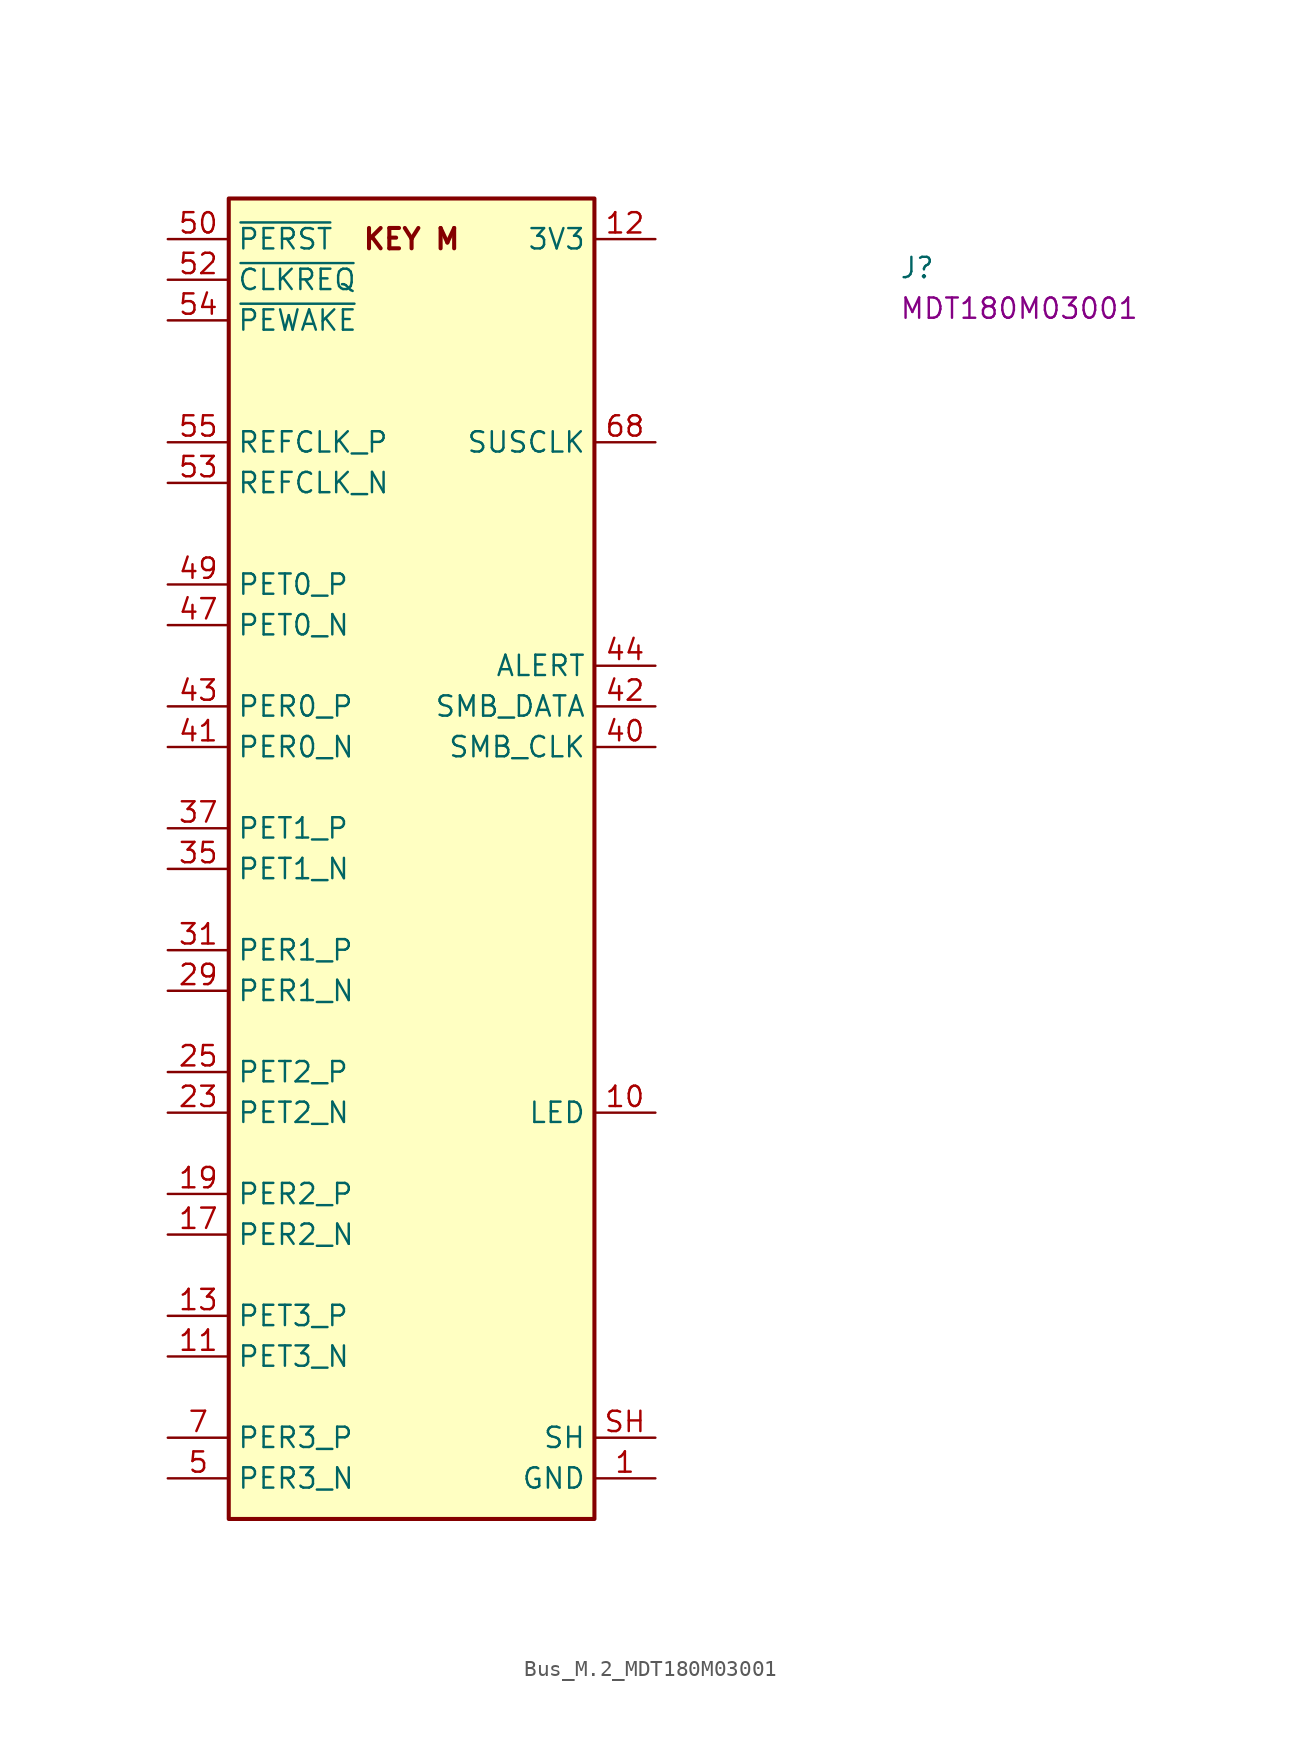
<source format=kicad_sym>
(kicad_symbol_lib
  (version 20220914)
  (generator kicad_symbol_editor)
  (symbol "Bus_M.2_MDT180M03001"
    (property "Reference" "J"
      (at 45.72 -2.54 0)
      (effects (font (size 1.27 1.27) (thickness 0.15)) (justify left bottom)))
    (property "MPN" "MDT180M03001"
      (at 45.72 -5.08 0)
      (effects (font (size 1.27 1.27) (thickness 0.15)) (justify left bottom)))
    (symbol "Bus_M.2_MDT180M03001_0_0"
      (text "KEY M" (at 15.24 0 0) (effects (font (size 1.27 1.27) bold))))
    (symbol "Bus_M.2_MDT180M03001_1_1"
      (rectangle (start 3.81 2.54) (end 26.67 -80.01) (stroke (width 0.254) (type default)) (fill (type background)))
      (pin power_in line (at 30.48 -77.47 180) (length 3.81) (name "GND" (effects (font (size 1.27 1.27)))) (number "1" (effects (font (size 1.27 1.27)))))
      (pin passive line (at 30.48 -54.61 180) (length 3.81) (name "LED" (effects (font (size 1.27 1.27)))) (number "10" (effects (font (size 1.27 1.27)))))
      (pin input line (at 0 -69.85 0) (length 3.81) (name "PET3_N" (effects (font (size 1.27 1.27)))) (number "11" (effects (font (size 1.27 1.27)))))
      (pin passive line (at 30.48 0 180) (length 3.81) (name "3V3" (effects (font (size 1.27 1.27)))) (number "12" (effects (font (size 1.27 1.27)))))
      (pin input line (at 0 -67.31 0) (length 3.81) (name "PET3_P" (effects (font (size 1.27 1.27)))) (number "13" (effects (font (size 1.27 1.27)))))
      (pin passive line (at 30.48 0 180) (length 3.81) hide (name "3V3" (effects (font (size 1.27 1.27)))) (number "14" (effects (font (size 1.27 1.27)))))
      (pin passive line (at 30.48 -77.47 180) (length 3.81) hide (name "GND" (effects (font (size 1.27 1.27)))) (number "15" (effects (font (size 1.27 1.27)))))
      (pin passive line (at 30.48 0 180) (length 3.81) hide (name "3V3" (effects (font (size 1.27 1.27)))) (number "16" (effects (font (size 1.27 1.27)))))
      (pin output line (at 0 -62.23 0) (length 3.81) (name "PER2_N" (effects (font (size 1.27 1.27)))) (number "17" (effects (font (size 1.27 1.27)))))
      (pin passive line (at 30.48 0 180) (length 3.81) hide (name "3V3" (effects (font (size 1.27 1.27)))) (number "18" (effects (font (size 1.27 1.27)))))
      (pin output line (at 0 -59.69 0) (length 3.81) (name "PER2_P" (effects (font (size 1.27 1.27)))) (number "19" (effects (font (size 1.27 1.27)))))
      (pin passive line (at 30.48 0 180) (length 3.81) hide (name "3V3" (effects (font (size 1.27 1.27)))) (number "2" (effects (font (size 1.27 1.27)))))
      (pin no_connect line (at 26.67 -44.45 180) (length 3.81) hide (name "NC" (effects (font (size 1.27 1.27)))) (number "20" (effects (font (size 1.27 1.27)))))
      (pin passive line (at 30.48 -77.47 180) (length 3.81) hide (name "GND" (effects (font (size 1.27 1.27)))) (number "21" (effects (font (size 1.27 1.27)))))
      (pin no_connect line (at 26.67 -45.72 180) (length 3.81) hide (name "NC" (effects (font (size 1.27 1.27)))) (number "22" (effects (font (size 1.27 1.27)))))
      (pin input line (at 0 -54.61 0) (length 3.81) (name "PET2_N" (effects (font (size 1.27 1.27)))) (number "23" (effects (font (size 1.27 1.27)))))
      (pin no_connect line (at 26.67 -46.99 180) (length 3.81) hide (name "NC" (effects (font (size 1.27 1.27)))) (number "24" (effects (font (size 1.27 1.27)))))
      (pin input line (at 0 -52.07 0) (length 3.81) (name "PET2_P" (effects (font (size 1.27 1.27)))) (number "25" (effects (font (size 1.27 1.27)))))
      (pin no_connect line (at 26.67 -59.69 180) (length 3.81) hide (name "NC" (effects (font (size 1.27 1.27)))) (number "26" (effects (font (size 1.27 1.27)))))
      (pin passive line (at 30.48 -77.47 180) (length 3.81) hide (name "GND" (effects (font (size 1.27 1.27)))) (number "27" (effects (font (size 1.27 1.27)))))
      (pin no_connect line (at 26.67 -60.96 180) (length 3.81) hide (name "NC" (effects (font (size 1.27 1.27)))) (number "28" (effects (font (size 1.27 1.27)))))
      (pin output line (at 0 -46.99 0) (length 3.81) (name "PER1_N" (effects (font (size 1.27 1.27)))) (number "29" (effects (font (size 1.27 1.27)))))
      (pin passive line (at 30.48 -77.47 180) (length 3.81) hide (name "GND" (effects (font (size 1.27 1.27)))) (number "3" (effects (font (size 1.27 1.27)))))
      (pin no_connect line (at 26.67 -62.23 180) (length 3.81) hide (name "NC" (effects (font (size 1.27 1.27)))) (number "30" (effects (font (size 1.27 1.27)))))
      (pin output line (at 0 -44.45 0) (length 3.81) (name "PER1_P" (effects (font (size 1.27 1.27)))) (number "31" (effects (font (size 1.27 1.27)))))
      (pin no_connect line (at 26.67 -63.5 180) (length 3.81) hide (name "NC" (effects (font (size 1.27 1.27)))) (number "32" (effects (font (size 1.27 1.27)))))
      (pin passive line (at 30.48 -77.47 180) (length 3.81) hide (name "GND" (effects (font (size 1.27 1.27)))) (number "33" (effects (font (size 1.27 1.27)))))
      (pin no_connect line (at 26.67 -66.04 180) (length 3.81) hide (name "NC" (effects (font (size 1.27 1.27)))) (number "34" (effects (font (size 1.27 1.27)))))
      (pin input line (at 0 -39.37 0) (length 3.81) (name "PET1_N" (effects (font (size 1.27 1.27)))) (number "35" (effects (font (size 1.27 1.27)))))
      (pin no_connect line (at 26.67 -67.31 180) (length 3.81) hide (name "NC" (effects (font (size 1.27 1.27)))) (number "36" (effects (font (size 1.27 1.27)))))
      (pin input line (at 0 -36.83 0) (length 3.81) (name "PET1_P" (effects (font (size 1.27 1.27)))) (number "37" (effects (font (size 1.27 1.27)))))
      (pin no_connect line (at 26.67 -69.85 180) (length 3.81) hide (name "NC" (effects (font (size 1.27 1.27)))) (number "38" (effects (font (size 1.27 1.27)))))
      (pin passive line (at 30.48 -77.47 180) (length 3.81) hide (name "GND" (effects (font (size 1.27 1.27)))) (number "39" (effects (font (size 1.27 1.27)))))
      (pin passive line (at 30.48 0 180) (length 3.81) hide (name "3V3" (effects (font (size 1.27 1.27)))) (number "4" (effects (font (size 1.27 1.27)))))
      (pin input line (at 30.48 -31.75 180) (length 3.81) (name "SMB_CLK" (effects (font (size 1.27 1.27)))) (number "40" (effects (font (size 1.27 1.27)))))
      (pin output line (at 0 -31.75 0) (length 3.81) (name "PER0_N" (effects (font (size 1.27 1.27)))) (number "41" (effects (font (size 1.27 1.27)))))
      (pin bidirectional line (at 30.48 -29.21 180) (length 3.81) (name "SMB_DATA" (effects (font (size 1.27 1.27)))) (number "42" (effects (font (size 1.27 1.27)))))
      (pin output line (at 0 -29.21 0) (length 3.81) (name "PER0_P" (effects (font (size 1.27 1.27)))) (number "43" (effects (font (size 1.27 1.27)))))
      (pin output line (at 30.48 -26.67 180) (length 3.81) (name "ALERT" (effects (font (size 1.27 1.27)))) (number "44" (effects (font (size 1.27 1.27)))))
      (pin passive line (at 30.48 -77.47 180) (length 3.81) hide (name "GND" (effects (font (size 1.27 1.27)))) (number "45" (effects (font (size 1.27 1.27)))))
      (pin no_connect line (at 26.67 -68.58 180) (length 3.81) hide (name "NC" (effects (font (size 1.27 1.27)))) (number "46" (effects (font (size 1.27 1.27)))))
      (pin input line (at 0 -24.13 0) (length 3.81) (name "PET0_N" (effects (font (size 1.27 1.27)))) (number "47" (effects (font (size 1.27 1.27)))))
      (pin no_connect line (at 26.67 -41.91 180) (length 3.81) hide (name "NC" (effects (font (size 1.27 1.27)))) (number "48" (effects (font (size 1.27 1.27)))))
      (pin input line (at 0 -21.59 0) (length 3.81) (name "PET0_P" (effects (font (size 1.27 1.27)))) (number "49" (effects (font (size 1.27 1.27)))))
      (pin output line (at 0 -77.47 0) (length 3.81) (name "PER3_N" (effects (font (size 1.27 1.27)))) (number "5" (effects (font (size 1.27 1.27)))))
      (pin input line (at 0 0 0) (length 3.81) (name "~{PERST}" (effects (font (size 1.27 1.27)))) (number "50" (effects (font (size 1.27 1.27)))))
      (pin passive line (at 30.48 -77.47 180) (length 3.81) hide (name "GND" (effects (font (size 1.27 1.27)))) (number "51" (effects (font (size 1.27 1.27)))))
      (pin output line (at 0 -2.54 0) (length 3.81) (name "~{CLKREQ}" (effects (font (size 1.27 1.27)))) (number "52" (effects (font (size 1.27 1.27)))))
      (pin input line (at 0 -15.24 0) (length 3.81) (name "REFCLK_N" (effects (font (size 1.27 1.27)))) (number "53" (effects (font (size 1.27 1.27)))))
      (pin input line (at 0 -5.08 0) (length 3.81) (name "~{PEWAKE}" (effects (font (size 1.27 1.27)))) (number "54" (effects (font (size 1.27 1.27)))))
      (pin input line (at 0 -12.7 0) (length 3.81) (name "REFCLK_P" (effects (font (size 1.27 1.27)))) (number "55" (effects (font (size 1.27 1.27)))))
      (pin no_connect line (at 26.67 -43.18 180) (length 3.81) hide (name "NC" (effects (font (size 1.27 1.27)))) (number "56" (effects (font (size 1.27 1.27)))))
      (pin passive line (at 30.48 -77.47 180) (length 3.81) hide (name "GND" (effects (font (size 1.27 1.27)))) (number "57" (effects (font (size 1.27 1.27)))))
      (pin no_connect line (at 26.67 -71.12 180) (length 3.81) hide (name "NC" (effects (font (size 1.27 1.27)))) (number "58" (effects (font (size 1.27 1.27)))))
      (pin no_connect line (at 26.67 -39.37 180) (length 3.81) hide (name "NC" (effects (font (size 1.27 1.27)))) (number "6" (effects (font (size 1.27 1.27)))))
      (pin no_connect line (at 26.67 -40.64 180) (length 3.81) hide (name "NC" (effects (font (size 1.27 1.27)))) (number "67" (effects (font (size 1.27 1.27)))))
      (pin input line (at 30.48 -12.7 180) (length 3.81) (name "SUSCLK" (effects (font (size 1.27 1.27)))) (number "68" (effects (font (size 1.27 1.27)))))
      (pin no_connect line (at 26.67 -38.1 180) (length 3.81) hide (name "NC" (effects (font (size 1.27 1.27)))) (number "69" (effects (font (size 1.27 1.27)))))
      (pin output line (at 0 -74.93 0) (length 3.81) (name "PER3_P" (effects (font (size 1.27 1.27)))) (number "7" (effects (font (size 1.27 1.27)))))
      (pin passive line (at 30.48 0 180) (length 3.81) hide (name "3V3" (effects (font (size 1.27 1.27)))) (number "70" (effects (font (size 1.27 1.27)))))
      (pin passive line (at 30.48 -77.47 180) (length 3.81) hide (name "GND" (effects (font (size 1.27 1.27)))) (number "71" (effects (font (size 1.27 1.27)))))
      (pin passive line (at 30.48 0 180) (length 3.81) hide (name "3V3" (effects (font (size 1.27 1.27)))) (number "72" (effects (font (size 1.27 1.27)))))
      (pin passive line (at 30.48 -77.47 180) (length 3.81) hide (name "GND" (effects (font (size 1.27 1.27)))) (number "73" (effects (font (size 1.27 1.27)))))
      (pin passive line (at 30.48 0 180) (length 3.81) hide (name "3V3" (effects (font (size 1.27 1.27)))) (number "74" (effects (font (size 1.27 1.27)))))
      (pin passive line (at 30.48 -77.47 180) (length 3.81) hide (name "GND" (effects (font (size 1.27 1.27)))) (number "75" (effects (font (size 1.27 1.27)))))
      (pin no_connect line (at 26.67 -64.77 180) (length 3.81) hide (name "NC" (effects (font (size 1.27 1.27)))) (number "8" (effects (font (size 1.27 1.27)))))
      (pin passive line (at 30.48 -77.47 180) (length 3.81) hide (name "GND" (effects (font (size 1.27 1.27)))) (number "9" (effects (font (size 1.27 1.27)))))
      (pin passive line (at 30.48 -74.93 180) (length 3.81) (name "SH" (effects (font (size 1.27 1.27)))) (number "SH" (effects (font (size 1.27 1.27))))))))
</source>
